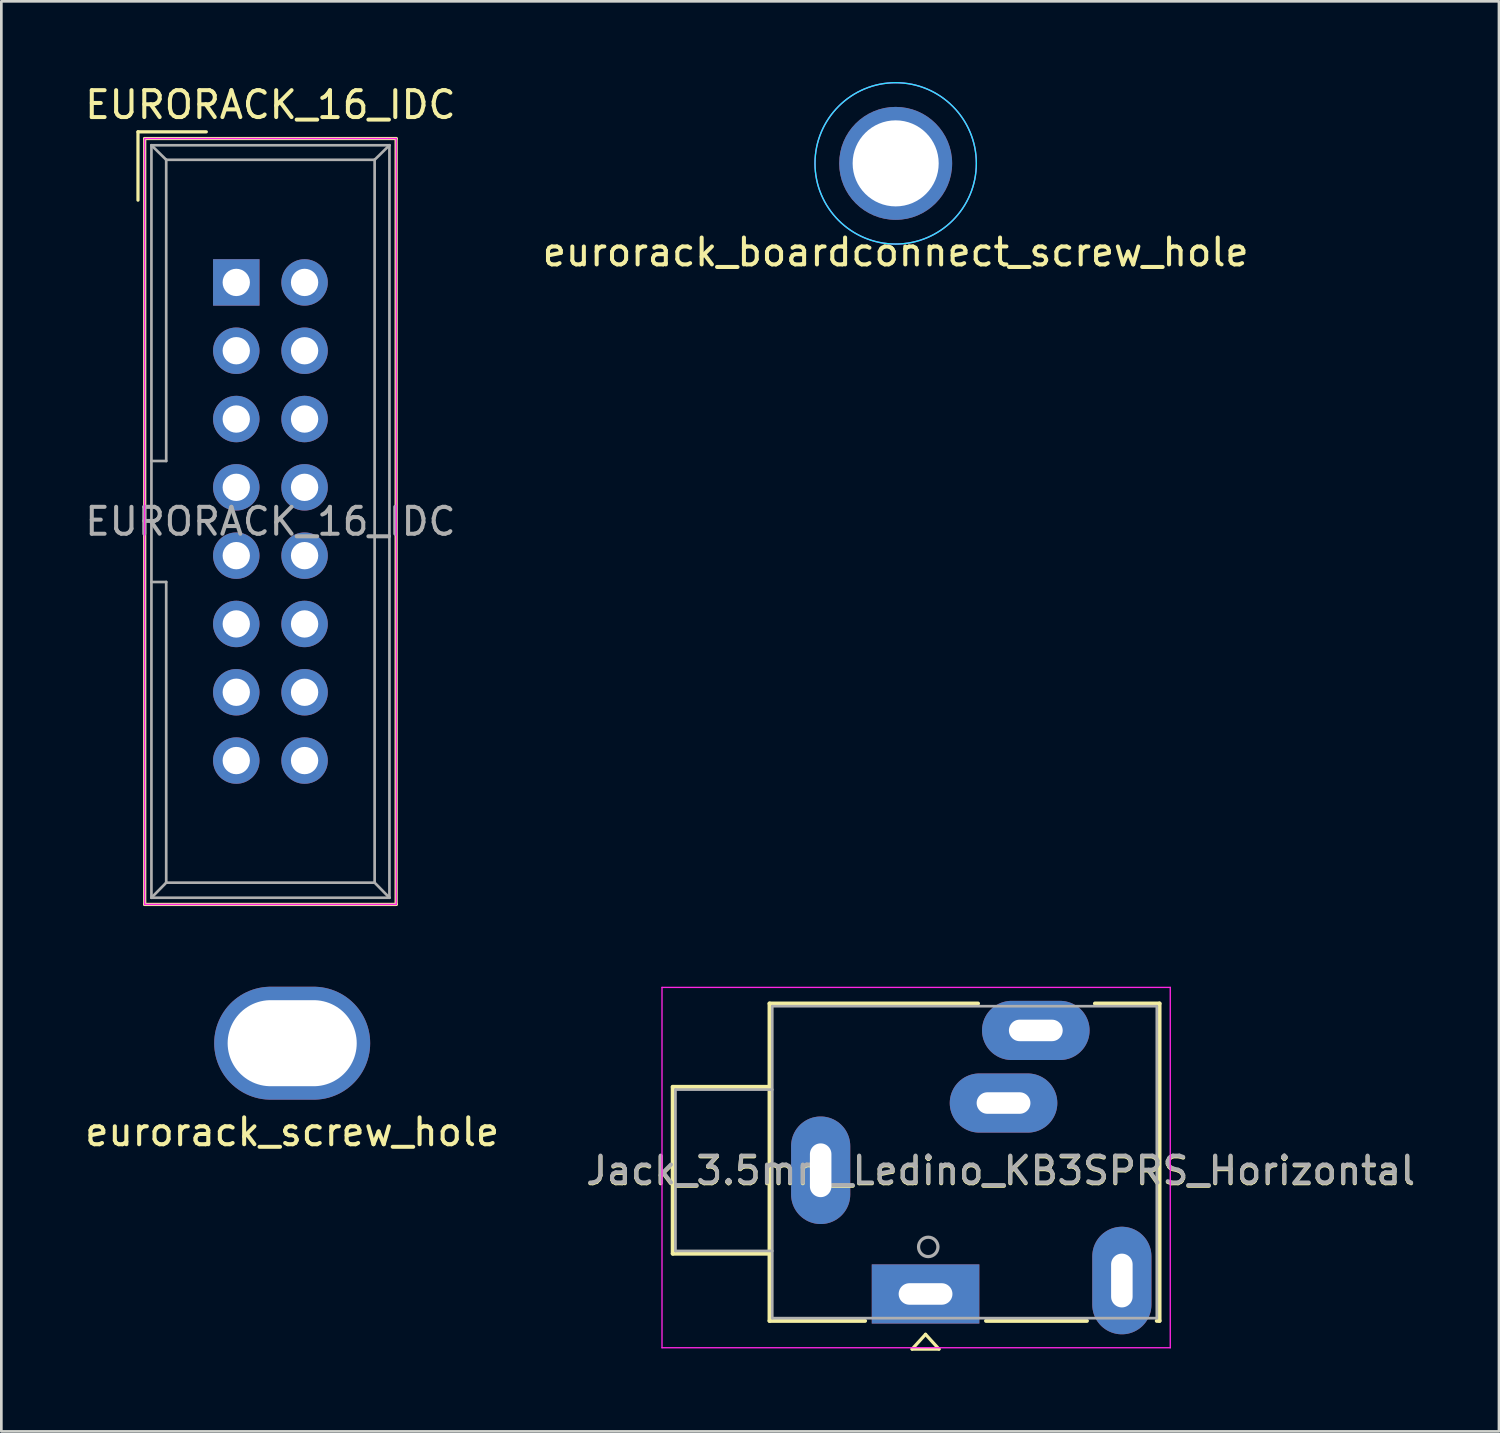
<source format=kicad_pcb>
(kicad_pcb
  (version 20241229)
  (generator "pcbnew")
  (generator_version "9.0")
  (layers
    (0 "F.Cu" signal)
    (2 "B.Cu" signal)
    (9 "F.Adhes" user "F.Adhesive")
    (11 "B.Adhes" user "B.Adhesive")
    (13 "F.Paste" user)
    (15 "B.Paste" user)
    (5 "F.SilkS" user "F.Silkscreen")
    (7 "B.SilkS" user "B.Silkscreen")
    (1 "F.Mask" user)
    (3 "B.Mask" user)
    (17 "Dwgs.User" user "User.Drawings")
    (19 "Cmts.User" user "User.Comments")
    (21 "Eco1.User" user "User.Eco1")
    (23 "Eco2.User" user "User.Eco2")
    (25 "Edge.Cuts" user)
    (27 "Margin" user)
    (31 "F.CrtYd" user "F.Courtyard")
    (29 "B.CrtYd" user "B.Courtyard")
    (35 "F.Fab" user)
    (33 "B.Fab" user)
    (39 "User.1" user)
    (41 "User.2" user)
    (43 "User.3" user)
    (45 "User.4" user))
  (footprint "eurorack_boardconnect_screw_hole"
    (layer "F.Cu")
    (at 30.256 3.025)
    (property "Reference" "eurorack_boardconnect_screw_hole" (at 0 3.302 0) (unlocked yes) (layer "F.SilkS") (effects (font (size 1 1) (thickness 0.15))))
    (attr through_hole)
    (fp_circle (center 0 0) (end 0 -3) (stroke (width 0.05) (type default)) (fill no) (layer "B.CrtYd"))
    (fp_circle (center 0 0) (end 0 -3) (stroke (width 0.05) (type default)) (fill no) (layer "F.CrtYd"))
    (pad "1" thru_hole circle (at 0 0) (size 4.2 4.2) (drill oval 3.2) (layers "*.Cu" "*.Mask"))
    (zone (net_name "") (layers "F.Cu" "B.Cu" "B.Fab" "F.Fab") (hatch full 0.5) (connect_pads) (min_thickness 0.25) (filled_areas_thickness no) (keepout (tracks not_allowed) (vias not_allowed) (pads allowed) (copperpour allowed) (footprints allowed)) (placement (enabled no)) (fill) (polygon (pts (xy 33.256 2.775) (xy 33.006 1.775) (xy 32.256 0.775) (xy 31.506 0.275) (xy 30.506 0.025) (xy 30.006 0.025) (xy 29.006 0.275) (xy 28.256 0.775) (xy 28.006 1.025) (xy 27.506 1.775) (xy 27.256 2.775) (xy 27.256 3.275) (xy 27.506 4.275) (xy 28.006 5.025) (xy 29.006 5.775) (xy 30.006 6.025) (xy 30.506 6.025) (xy 31.506 5.775) (xy 32.506 5.025) (xy 33.006 4.275) (xy 33.256 3.275)))))
  (footprint "Jack_3.5mm_Ledino_KB3SPRS_Horizontal"
    (layer "F.Cu")
    (at 27.467 40.467)
    (property "Reference" "Jack_3.5mm_Ledino_KB3SPRS_Horizontal" (at 6.694 0.028 0) (layer "F.SilkS") (effects (font (size 1 1) (thickness 0.15))))
    (attr through_hole)
    (fp_line (start -5.5 -3.1) (end -5.5 3.1) (stroke (width 0.15) (type solid)) (layer "F.SilkS"))
    (fp_line (start -5.5 3.1) (end -1.9 3.1) (stroke (width 0.15) (type solid)) (layer "F.SilkS"))
    (fp_line (start -1.9 -6.2) (end 5.85 -6.2) (stroke (width 0.15) (type solid)) (layer "F.SilkS"))
    (fp_line (start -1.9 -3.1) (end -5.5 -3.1) (stroke (width 0.15) (type solid)) (layer "F.SilkS"))
    (fp_line (start -1.9 5.6) (end -1.9 -6.2) (stroke (width 0.15) (type solid)) (layer "F.SilkS"))
    (fp_line (start 1.65 5.6) (end -1.9 5.6) (stroke (width 0.15) (type solid)) (layer "F.SilkS"))
    (fp_line (start 3.4 6.65) (end 4.4 6.65) (stroke (width 0.12) (type solid)) (layer "F.SilkS"))
    (fp_line (start 3.9 6.1) (end 3.4 6.65) (stroke (width 0.12) (type solid)) (layer "F.SilkS"))
    (fp_line (start 4.4 6.65) (end 3.9 6.1) (stroke (width 0.12) (type solid)) (layer "F.SilkS"))
    (fp_line (start 9.9 5.6) (end 6.15 5.6) (stroke (width 0.15) (type solid)) (layer "F.SilkS"))
    (fp_line (start 10.2 -6.2) (end 12.6 -6.2) (stroke (width 0.15) (type solid)) (layer "F.SilkS"))
    (fp_line (start 12.6 -6.2) (end 12.6 5.6) (stroke (width 0.15) (type solid)) (layer "F.SilkS"))
    (fp_line (start 12.6 5.6) (end 12.5 5.6) (stroke (width 0.15) (type solid)) (layer "F.SilkS"))
    (fp_line (start -5.9 -6.8) (end -5.9 6.6) (stroke (width 0.05) (type solid)) (layer "F.CrtYd"))
    (fp_line (start -5.9 6.6) (end 13 6.6) (stroke (width 0.05) (type solid)) (layer "F.CrtYd"))
    (fp_line (start 13 -6.8) (end -5.9 -6.8) (stroke (width 0.05) (type solid)) (layer "F.CrtYd"))
    (fp_line (start 13 6.6) (end 13 -6.8) (stroke (width 0.05) (type solid)) (layer "F.CrtYd"))
    (fp_line (start -5.4 -3) (end -5.4 3) (stroke (width 0.1) (type solid)) (layer "F.Fab"))
    (fp_line (start -5.4 -3) (end -1.8 -3) (stroke (width 0.1) (type solid)) (layer "F.Fab"))
    (fp_line (start -5.4 3) (end -1.8 3) (stroke (width 0.1) (type solid)) (layer "F.Fab"))
    (fp_line (start -1.8 -6.1) (end -1.8 5.5) (stroke (width 0.1) (type solid)) (layer "F.Fab"))
    (fp_line (start -1.8 5.5) (end 12.5 5.5) (stroke (width 0.1) (type solid)) (layer "F.Fab"))
    (fp_line (start 12.5 -6.1) (end -1.8 -6.1) (stroke (width 0.1) (type solid)) (layer "F.Fab"))
    (fp_line (start 12.5 5.5) (end 12.5 -6.1) (stroke (width 0.1) (type solid)) (layer "F.Fab"))
    (fp_circle (center 4 2.85) (end 4.3 3.05) (stroke (width 0.12) (type solid)) (fill no) (layer "F.Fab"))
    (fp_text user "${REFERENCE}" (at 6.694 0 0) (layer "F.Fab") (effects (font (size 1 1) (thickness 0.15))))
    (pad "G" thru_hole oval (at 0 0) (size 2.2 4) (drill oval 0.8 2) (layers "*.Cu" "*.Mask"))
    (pad "S" thru_hole oval (at 8 -5.2) (size 4 2.2) (drill oval 2 0.8) (layers "*.Cu" "*.Mask"))
    (pad "SN" thru_hole oval (at 6.8 -2.5) (size 4 2.2) (drill oval 2 0.8) (layers "*.Cu" "*.Mask"))
    (pad "T" thru_hole rect (at 3.9 4.6) (size 4 2.2) (drill oval 2 0.8) (layers "*.Cu" "*.Mask"))
    (pad "TN" thru_hole oval (at 11.2 4.1 90) (size 4 2.2) (drill oval 2 0.8) (layers "*.Cu" "*.Mask")))
  (footprint "EURORACK_16_IDC"
    (layer "F.Cu")
    (at 5.736 7.452)
    (property "Reference" "EURORACK_16_IDC" (at 1.27 -6.604 0) (layer "F.SilkS") (effects (font (size 1 1) (thickness 0.15))))
    (attr through_hole)
    (fp_line (start -3.655 -5.6) (end -3.655 -3.06) (stroke (width 0.12) (type solid)) (layer "F.SilkS"))
    (fp_line (start -3.655 -5.6) (end -1.115 -5.6) (stroke (width 0.12) (type solid)) (layer "F.SilkS"))
    (fp_line (start -3.405 -5.35) (end 5.945 -5.35) (stroke (width 0.12) (type solid)) (layer "F.SilkS"))
    (fp_line (start -3.405 23.13) (end -3.405 -5.35) (stroke (width 0.12) (type solid)) (layer "F.SilkS"))
    (fp_line (start 5.945 -5.35) (end 5.945 23.13) (stroke (width 0.12) (type solid)) (layer "F.SilkS"))
    (fp_line (start 5.945 23.13) (end -3.405 23.13) (stroke (width 0.12) (type solid)) (layer "F.SilkS"))
    (fp_line (start -3.41 -5.35) (end 5.95 -5.35) (stroke (width 0.05) (type solid)) (layer "F.CrtYd"))
    (fp_line (start -3.41 23.13) (end -3.41 -5.35) (stroke (width 0.05) (type solid)) (layer "F.CrtYd"))
    (fp_line (start 5.95 -5.35) (end 5.95 23.13) (stroke (width 0.05) (type solid)) (layer "F.CrtYd"))
    (fp_line (start 5.95 23.13) (end -3.41 23.13) (stroke (width 0.05) (type solid)) (layer "F.CrtYd"))
    (fp_line (start -3.155 -5.1) (end -3.155 22.88) (stroke (width 0.1) (type solid)) (layer "F.Fab"))
    (fp_line (start -3.155 -5.1) (end -2.605 -4.56) (stroke (width 0.1) (type solid)) (layer "F.Fab"))
    (fp_line (start -3.155 22.88) (end -2.605 22.32) (stroke (width 0.1) (type solid)) (layer "F.Fab"))
    (fp_line (start -2.605 -4.56) (end -2.605 6.64) (stroke (width 0.1) (type solid)) (layer "F.Fab"))
    (fp_line (start -2.605 6.64) (end -3.155 6.64) (stroke (width 0.1) (type solid)) (layer "F.Fab"))
    (fp_line (start -2.605 11.14) (end -3.155 11.14) (stroke (width 0.1) (type solid)) (layer "F.Fab"))
    (fp_line (start -2.605 11.14) (end -2.605 22.32) (stroke (width 0.1) (type solid)) (layer "F.Fab"))
    (fp_line (start 5.145 -4.56) (end -2.605 -4.56) (stroke (width 0.1) (type solid)) (layer "F.Fab"))
    (fp_line (start 5.145 -4.56) (end 5.145 22.32) (stroke (width 0.1) (type solid)) (layer "F.Fab"))
    (fp_line (start 5.145 22.32) (end -2.605 22.32) (stroke (width 0.1) (type solid)) (layer "F.Fab"))
    (fp_line (start 5.695 -5.1) (end -3.155 -5.1) (stroke (width 0.1) (type solid)) (layer "F.Fab"))
    (fp_line (start 5.695 -5.1) (end 5.145 -4.56) (stroke (width 0.1) (type solid)) (layer "F.Fab"))
    (fp_line (start 5.695 -5.1) (end 5.695 22.88) (stroke (width 0.1) (type solid)) (layer "F.Fab"))
    (fp_line (start 5.695 22.88) (end -3.155 22.88) (stroke (width 0.1) (type solid)) (layer "F.Fab"))
    (fp_line (start 5.695 22.88) (end 5.145 22.32) (stroke (width 0.1) (type solid)) (layer "F.Fab"))
    (fp_text user "${REFERENCE}" (at 1.27 8.89 0) (layer "F.Fab") (effects (font (size 1 1) (thickness 0.15))))
    (pad "1" thru_hole rect (at 0 0) (size 1.727 1.727) (drill 1.016) (layers "*.Cu" "*.Mask"))
    (pad "1" thru_hole oval (at 2.54 0) (size 1.727 1.727) (drill 1.016) (layers "*.Cu" "*.Mask"))
    (pad "3" thru_hole oval (at 0 2.54) (size 1.727 1.727) (drill 1.016) (layers "*.Cu" "*.Mask"))
    (pad "3" thru_hole oval (at 0 5.08) (size 1.727 1.727) (drill 1.016) (layers "*.Cu" "*.Mask"))
    (pad "3" thru_hole oval (at 0 7.62) (size 1.727 1.727) (drill 1.016) (layers "*.Cu" "*.Mask"))
    (pad "3" thru_hole oval (at 2.54 2.54) (size 1.727 1.727) (drill 1.016) (layers "*.Cu" "*.Mask"))
    (pad "3" thru_hole oval (at 2.54 5.08) (size 1.727 1.727) (drill 1.016) (layers "*.Cu" "*.Mask"))
    (pad "3" thru_hole oval (at 2.54 7.62) (size 1.727 1.727) (drill 1.016) (layers "*.Cu" "*.Mask"))
    (pad "9" thru_hole oval (at 0 10.16) (size 1.727 1.727) (drill 1.016) (layers "*.Cu" "*.Mask"))
    (pad "9" thru_hole oval (at 2.54 10.16) (size 1.727 1.727) (drill 1.016) (layers "*.Cu" "*.Mask"))
    (pad "11" thru_hole oval (at 0 12.7) (size 1.727 1.727) (drill 1.016) (layers "*.Cu" "*.Mask"))
    (pad "11" thru_hole oval (at 2.54 12.7) (size 1.727 1.727) (drill 1.016) (layers "*.Cu" "*.Mask"))
    (pad "13" thru_hole oval (at 0 15.24) (size 1.727 1.727) (drill 1.016) (layers "*.Cu" "*.Mask"))
    (pad "13" thru_hole oval (at 2.54 15.24) (size 1.727 1.727) (drill 1.016) (layers "*.Cu" "*.Mask"))
    (pad "15" thru_hole oval (at 0 17.78) (size 1.727 1.727) (drill 1.016) (layers "*.Cu" "*.Mask"))
    (pad "15" thru_hole oval (at 2.54 17.78) (size 1.727 1.727) (drill 1.016) (layers "*.Cu" "*.Mask")))
  (footprint "eurorack_screw_hole"
    (layer "F.Cu")
    (at 7.815 35.742)
    (property "Reference" "eurorack_screw_hole" (at 0 3.302 0) (unlocked yes) (layer "F.SilkS") (effects (font (size 1 1) (thickness 0.15))))
    (attr through_hole)
    (pad "1" thru_hole oval (at 0 0) (size 5.8 4.2) (drill oval 4.8 3.2) (layers "*.Cu" "*.Mask")))
  (gr_rect
    (start -3 -3)
    (end 52.69 50.177)
    (stroke (width 0.1) (type default))
    (fill no)
    (layer "Edge.Cuts")))
</source>
